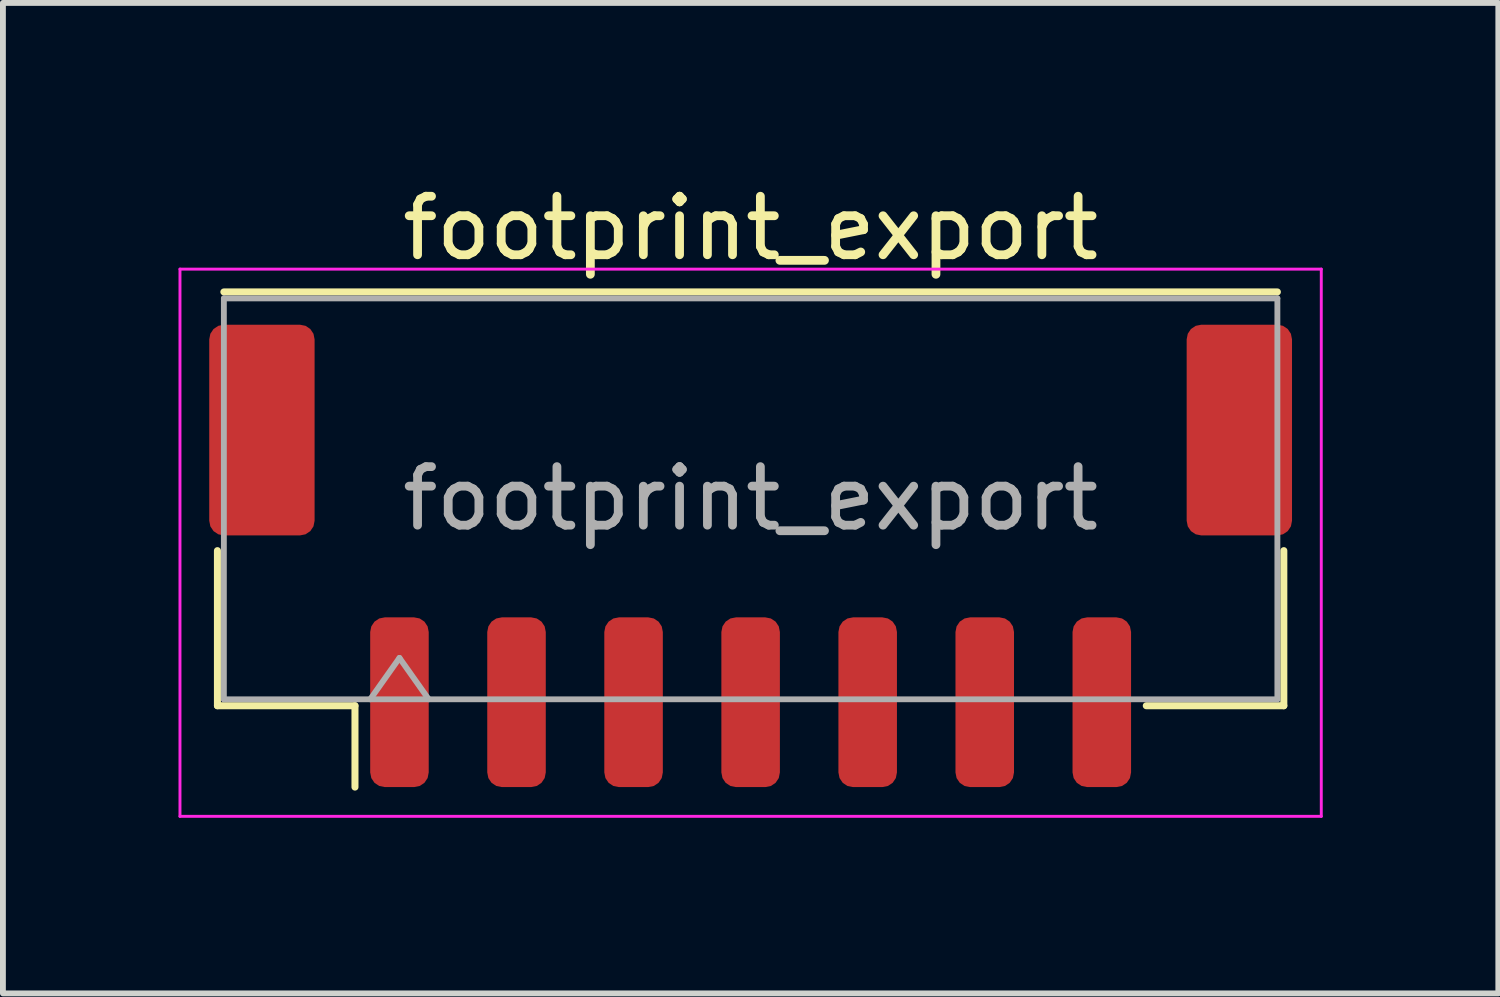
<source format=kicad_pcb>
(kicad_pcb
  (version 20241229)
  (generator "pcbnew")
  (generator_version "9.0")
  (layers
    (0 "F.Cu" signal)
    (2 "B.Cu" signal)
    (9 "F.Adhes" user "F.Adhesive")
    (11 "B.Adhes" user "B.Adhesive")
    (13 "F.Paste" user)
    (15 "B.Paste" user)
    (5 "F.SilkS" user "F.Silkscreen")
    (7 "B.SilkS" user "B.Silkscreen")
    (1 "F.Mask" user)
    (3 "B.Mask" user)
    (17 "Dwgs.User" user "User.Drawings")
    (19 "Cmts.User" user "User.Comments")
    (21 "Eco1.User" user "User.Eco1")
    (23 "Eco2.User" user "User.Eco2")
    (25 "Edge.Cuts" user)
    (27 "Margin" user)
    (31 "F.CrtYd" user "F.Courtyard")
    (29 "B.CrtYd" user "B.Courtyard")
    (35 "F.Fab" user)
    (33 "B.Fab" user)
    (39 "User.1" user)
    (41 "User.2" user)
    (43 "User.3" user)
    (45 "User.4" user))
  (footprint "footprint_export"
    (layer "F.Cu")
    (at 9.775 6.448)
    (property "Reference" "footprint_export" (at 0 -5.6 0) (layer "F.SilkS") (effects (font (size 1 1) (thickness 0.15))))
    (attr smd)
    (fp_line (start -9.11 -0.09) (end -9.11 2.56) (stroke (width 0.12) (type solid)) (layer "F.SilkS"))
    (fp_line (start -9.11 2.56) (end -6.76 2.56) (stroke (width 0.12) (type solid)) (layer "F.SilkS"))
    (fp_line (start -9 -4.51) (end 9 -4.51) (stroke (width 0.12) (type solid)) (layer "F.SilkS"))
    (fp_line (start -6.76 2.56) (end -6.76 3.95) (stroke (width 0.12) (type solid)) (layer "F.SilkS"))
    (fp_line (start 9.11 -0.09) (end 9.11 2.56) (stroke (width 0.12) (type solid)) (layer "F.SilkS"))
    (fp_line (start 9.11 2.56) (end 6.76 2.56) (stroke (width 0.12) (type solid)) (layer "F.SilkS"))
    (fp_line (start -9.75 -4.9) (end -9.75 4.45) (stroke (width 0.05) (type solid)) (layer "F.CrtYd"))
    (fp_line (start -9.75 4.45) (end 9.75 4.45) (stroke (width 0.05) (type solid)) (layer "F.CrtYd"))
    (fp_line (start 9.75 -4.9) (end -9.75 -4.9) (stroke (width 0.05) (type solid)) (layer "F.CrtYd"))
    (fp_line (start 9.75 4.45) (end 9.75 -4.9) (stroke (width 0.05) (type solid)) (layer "F.CrtYd"))
    (fp_line (start -9 -4.4) (end 9 -4.4) (stroke (width 0.1) (type solid)) (layer "F.Fab"))
    (fp_line (start -9 2.45) (end -9 -4.4) (stroke (width 0.1) (type solid)) (layer "F.Fab"))
    (fp_line (start -9 2.45) (end 9 2.45) (stroke (width 0.1) (type solid)) (layer "F.Fab"))
    (fp_line (start -6.5 2.45) (end -6 1.743) (stroke (width 0.1) (type solid)) (layer "F.Fab"))
    (fp_line (start -6 1.743) (end -5.5 2.45) (stroke (width 0.1) (type solid)) (layer "F.Fab"))
    (fp_line (start 9 2.45) (end 9 -4.4) (stroke (width 0.1) (type solid)) (layer "F.Fab"))
    (fp_text user "${REFERENCE}" (at 0 -0.98 0) (layer "F.Fab") (effects (font (size 1 1) (thickness 0.15))))
    (pad "1" smd roundrect (at -6 2.5) (size 1 2.9) (layers "F.Cu" "F.Mask" "F.Paste") (roundrect_rratio 0.25))
    (pad "2" smd roundrect (at -4 2.5) (size 1 2.9) (layers "F.Cu" "F.Mask" "F.Paste") (roundrect_rratio 0.25))
    (pad "3" smd roundrect (at -2 2.5) (size 1 2.9) (layers "F.Cu" "F.Mask" "F.Paste") (roundrect_rratio 0.25))
    (pad "4" smd roundrect (at 0 2.5) (size 1 2.9) (layers "F.Cu" "F.Mask" "F.Paste") (roundrect_rratio 0.25))
    (pad "5" smd roundrect (at 2 2.5) (size 1 2.9) (layers "F.Cu" "F.Mask" "F.Paste") (roundrect_rratio 0.25))
    (pad "6" smd roundrect (at 4 2.5) (size 1 2.9) (layers "F.Cu" "F.Mask" "F.Paste") (roundrect_rratio 0.25))
    (pad "7" smd roundrect (at 6 2.5) (size 1 2.9) (layers "F.Cu" "F.Mask" "F.Paste") (roundrect_rratio 0.25))
    (pad "MP" smd roundrect (at -8.35 -2.15) (size 1.8 3.6) (layers "F.Cu" "F.Mask" "F.Paste") (roundrect_rratio 0.139))
    (pad "MP" smd roundrect (at 8.35 -2.15) (size 1.8 3.6) (layers "F.Cu" "F.Mask" "F.Paste") (roundrect_rratio 0.139)))
  (gr_rect
    (start -3 -3)
    (end 22.55 13.923)
    (stroke (width 0.1) (type default))
    (fill no)
    (layer "Edge.Cuts")))
</source>
